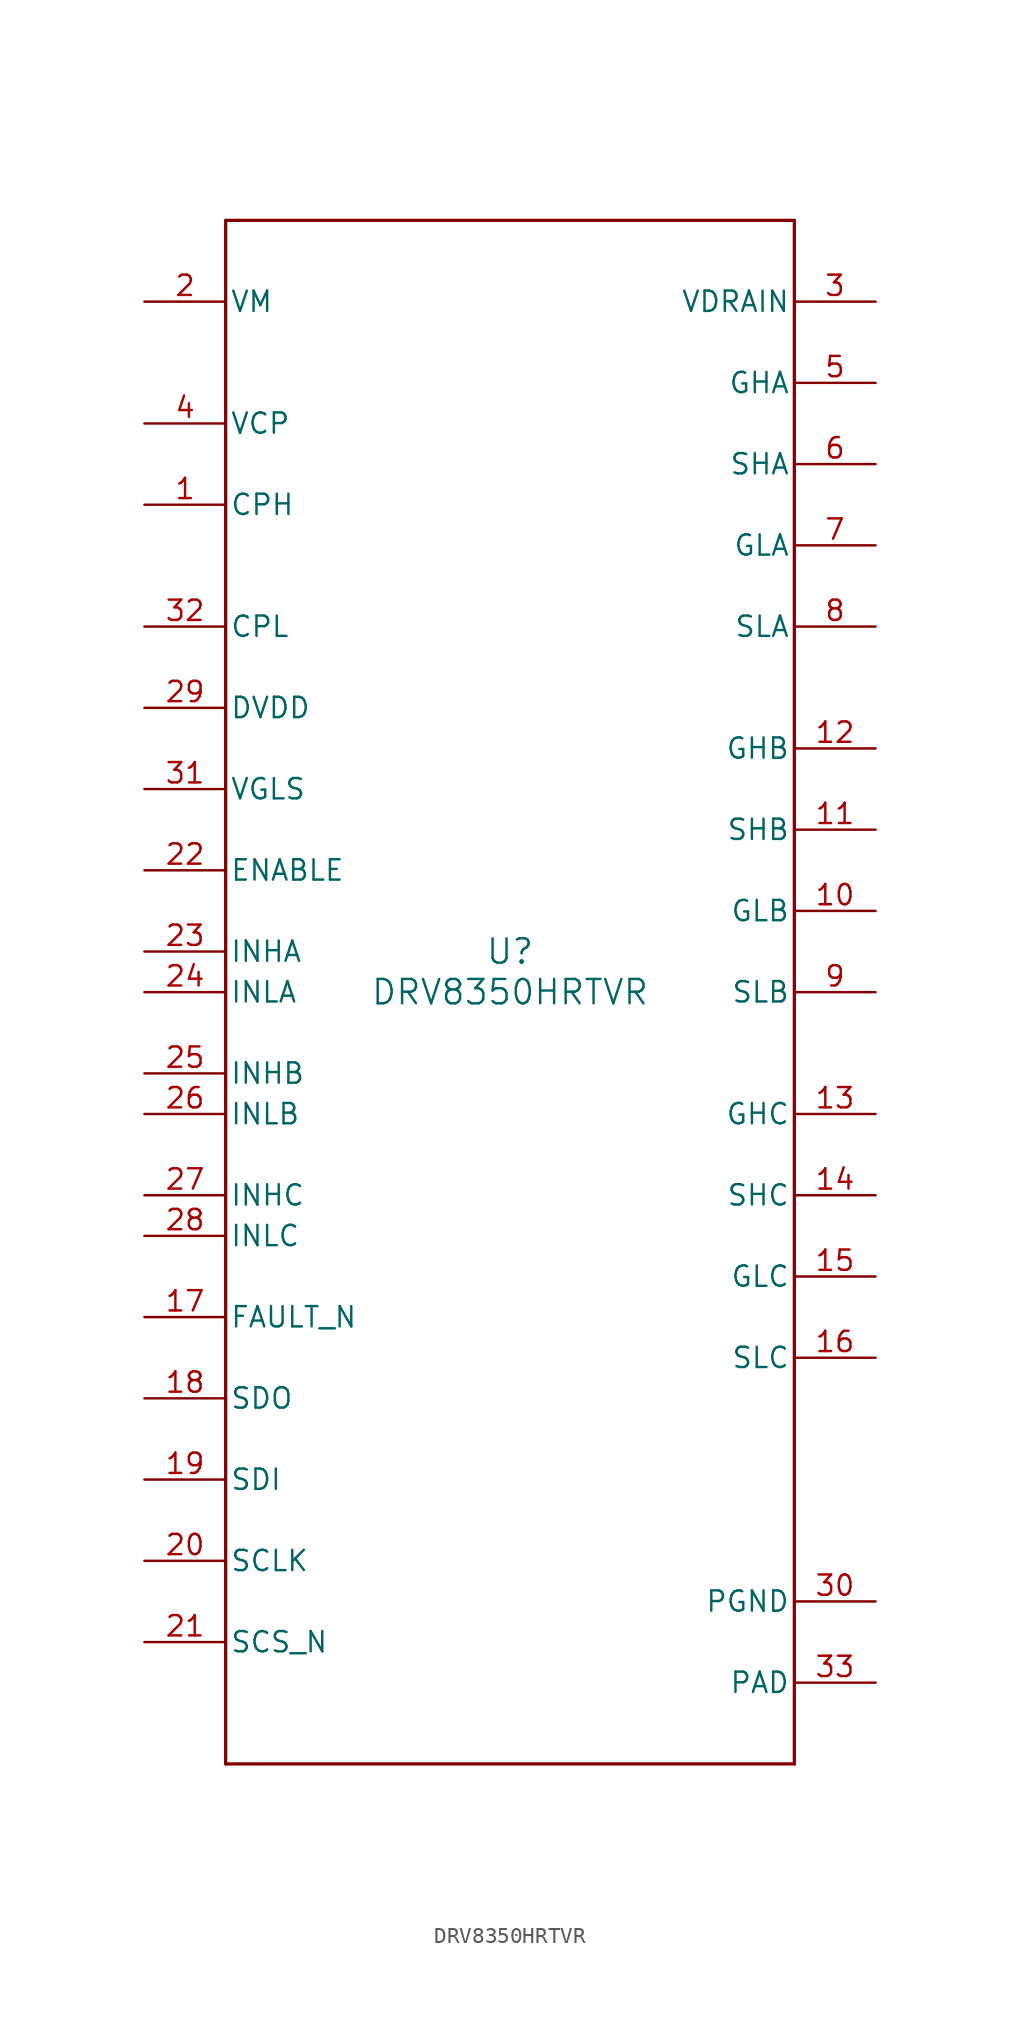
<source format=kicad_sym>
(kicad_symbol_lib
  (version 20211014)
  (generator kicad_symbol_editor)
  (symbol "DRV8350HRTVR"
    (pin_names
      (offset 0.254))
    (property "Reference" "U"
      (at 0 2.54 0)
      (effects (font (size 1.524 1.524))))
    (property "Value" "DRV8350HRTVR"
      (at 0 0 0)
      (effects (font (size 1.524 1.524))))
    (symbol "DRV8350HRTVR_0_1"
      (polyline (pts (xy -17.78 -48.26) (xy 17.78 -48.26)) (stroke (width 0.203) (type default) (color 0 0 0 0)) (fill (type none)))
      (polyline (pts (xy 17.78 -48.26) (xy 17.78 48.26)) (stroke (width 0.203) (type default) (color 0 0 0 0)) (fill (type none)))
      (polyline (pts (xy 17.78 48.26) (xy -17.78 48.26)) (stroke (width 0.203) (type default) (color 0 0 0 0)) (fill (type none)))
      (polyline (pts (xy -17.78 48.26) (xy -17.78 -48.26)) (stroke (width 0.203) (type default) (color 0 0 0 0)) (fill (type none)))
      (pin unspecified line (at -22.86 30.48 0) (length 5.08) (name "CPH" (effects (font (size 1.27 1.27)))) (number "1" (effects (font (size 1.27 1.27)))))
      (pin power_in line (at -22.86 43.18 0) (length 5.08) (name "VM" (effects (font (size 1.27 1.27)))) (number "2" (effects (font (size 1.27 1.27)))))
      (pin input line (at 22.86 43.18 180) (length 5.08) (name "VDRAIN" (effects (font (size 1.27 1.27)))) (number "3" (effects (font (size 1.27 1.27)))))
      (pin power_in line (at -22.86 35.56 0) (length 5.08) (name "VCP" (effects (font (size 1.27 1.27)))) (number "4" (effects (font (size 1.27 1.27)))))
      (pin output line (at 22.86 38.1 180) (length 5.08) (name "GHA" (effects (font (size 1.27 1.27)))) (number "5" (effects (font (size 1.27 1.27)))))
      (pin input line (at 22.86 33.02 180) (length 5.08) (name "SHA" (effects (font (size 1.27 1.27)))) (number "6" (effects (font (size 1.27 1.27)))))
      (pin output line (at 22.86 27.94 180) (length 5.08) (name "GLA" (effects (font (size 1.27 1.27)))) (number "7" (effects (font (size 1.27 1.27)))))
      (pin input line (at 22.86 22.86 180) (length 5.08) (name "SLA" (effects (font (size 1.27 1.27)))) (number "8" (effects (font (size 1.27 1.27)))))
      (pin input line (at 22.86 0 180) (length 5.08) (name "SLB" (effects (font (size 1.27 1.27)))) (number "9" (effects (font (size 1.27 1.27)))))
      (pin output line (at 22.86 5.08 180) (length 5.08) (name "GLB" (effects (font (size 1.27 1.27)))) (number "10" (effects (font (size 1.27 1.27)))))
      (pin input line (at 22.86 10.16 180) (length 5.08) (name "SHB" (effects (font (size 1.27 1.27)))) (number "11" (effects (font (size 1.27 1.27)))))
      (pin output line (at 22.86 15.24 180) (length 5.08) (name "GHB" (effects (font (size 1.27 1.27)))) (number "12" (effects (font (size 1.27 1.27)))))
      (pin output line (at 22.86 -7.62 180) (length 5.08) (name "GHC" (effects (font (size 1.27 1.27)))) (number "13" (effects (font (size 1.27 1.27)))))
      (pin input line (at 22.86 -12.7 180) (length 5.08) (name "SHC" (effects (font (size 1.27 1.27)))) (number "14" (effects (font (size 1.27 1.27)))))
      (pin output line (at 22.86 -17.78 180) (length 5.08) (name "GLC" (effects (font (size 1.27 1.27)))) (number "15" (effects (font (size 1.27 1.27)))))
      (pin input line (at 22.86 -22.86 180) (length 5.08) (name "SLC" (effects (font (size 1.27 1.27)))) (number "16" (effects (font (size 1.27 1.27)))))
      (pin open_collector line (at -22.86 -20.32 0) (length 5.08) (name "FAULT_N" (effects (font (size 1.27 1.27)))) (number "17" (effects (font (size 1.27 1.27)))))
      (pin unspecified line (at -22.86 -25.4 0) (length 5.08) (name "SDO" (effects (font (size 1.27 1.27)))) (number "18" (effects (font (size 1.27 1.27)))))
      (pin input line (at -22.86 -30.48 0) (length 5.08) (name "SDI" (effects (font (size 1.27 1.27)))) (number "19" (effects (font (size 1.27 1.27)))))
      (pin input line (at -22.86 -35.56 0) (length 5.08) (name "SCLK" (effects (font (size 1.27 1.27)))) (number "20" (effects (font (size 1.27 1.27)))))
      (pin unspecified line (at -22.86 -40.64 0) (length 5.08) (name "SCS_N" (effects (font (size 1.27 1.27)))) (number "21" (effects (font (size 1.27 1.27)))))
      (pin input line (at -22.86 7.62 0) (length 5.08) (name "ENABLE" (effects (font (size 1.27 1.27)))) (number "22" (effects (font (size 1.27 1.27)))))
      (pin input line (at -22.86 2.54 0) (length 5.08) (name "INHA" (effects (font (size 1.27 1.27)))) (number "23" (effects (font (size 1.27 1.27)))))
      (pin input line (at -22.86 0 0) (length 5.08) (name "INLA" (effects (font (size 1.27 1.27)))) (number "24" (effects (font (size 1.27 1.27)))))
      (pin input line (at -22.86 -5.08 0) (length 5.08) (name "INHB" (effects (font (size 1.27 1.27)))) (number "25" (effects (font (size 1.27 1.27)))))
      (pin input line (at -22.86 -7.62 0) (length 5.08) (name "INLB" (effects (font (size 1.27 1.27)))) (number "26" (effects (font (size 1.27 1.27)))))
      (pin input line (at -22.86 -12.7 0) (length 5.08) (name "INHC" (effects (font (size 1.27 1.27)))) (number "27" (effects (font (size 1.27 1.27)))))
      (pin input line (at -22.86 -15.24 0) (length 5.08) (name "INLC" (effects (font (size 1.27 1.27)))) (number "28" (effects (font (size 1.27 1.27)))))
      (pin power_in line (at -22.86 17.78 0) (length 5.08) (name "DVDD" (effects (font (size 1.27 1.27)))) (number "29" (effects (font (size 1.27 1.27)))))
      (pin power_in line (at 22.86 -38.1 180) (length 5.08) (name "PGND" (effects (font (size 1.27 1.27)))) (number "30" (effects (font (size 1.27 1.27)))))
      (pin power_in line (at -22.86 12.7 0) (length 5.08) (name "VGLS" (effects (font (size 1.27 1.27)))) (number "31" (effects (font (size 1.27 1.27)))))
      (pin unspecified line (at -22.86 22.86 0) (length 5.08) (name "CPL" (effects (font (size 1.27 1.27)))) (number "32" (effects (font (size 1.27 1.27)))))
      (pin power_in line (at 22.86 -43.18 180) (length 5.08) (name "PAD" (effects (font (size 1.27 1.27)))) (number "33" (effects (font (size 1.27 1.27))))))))
</source>
